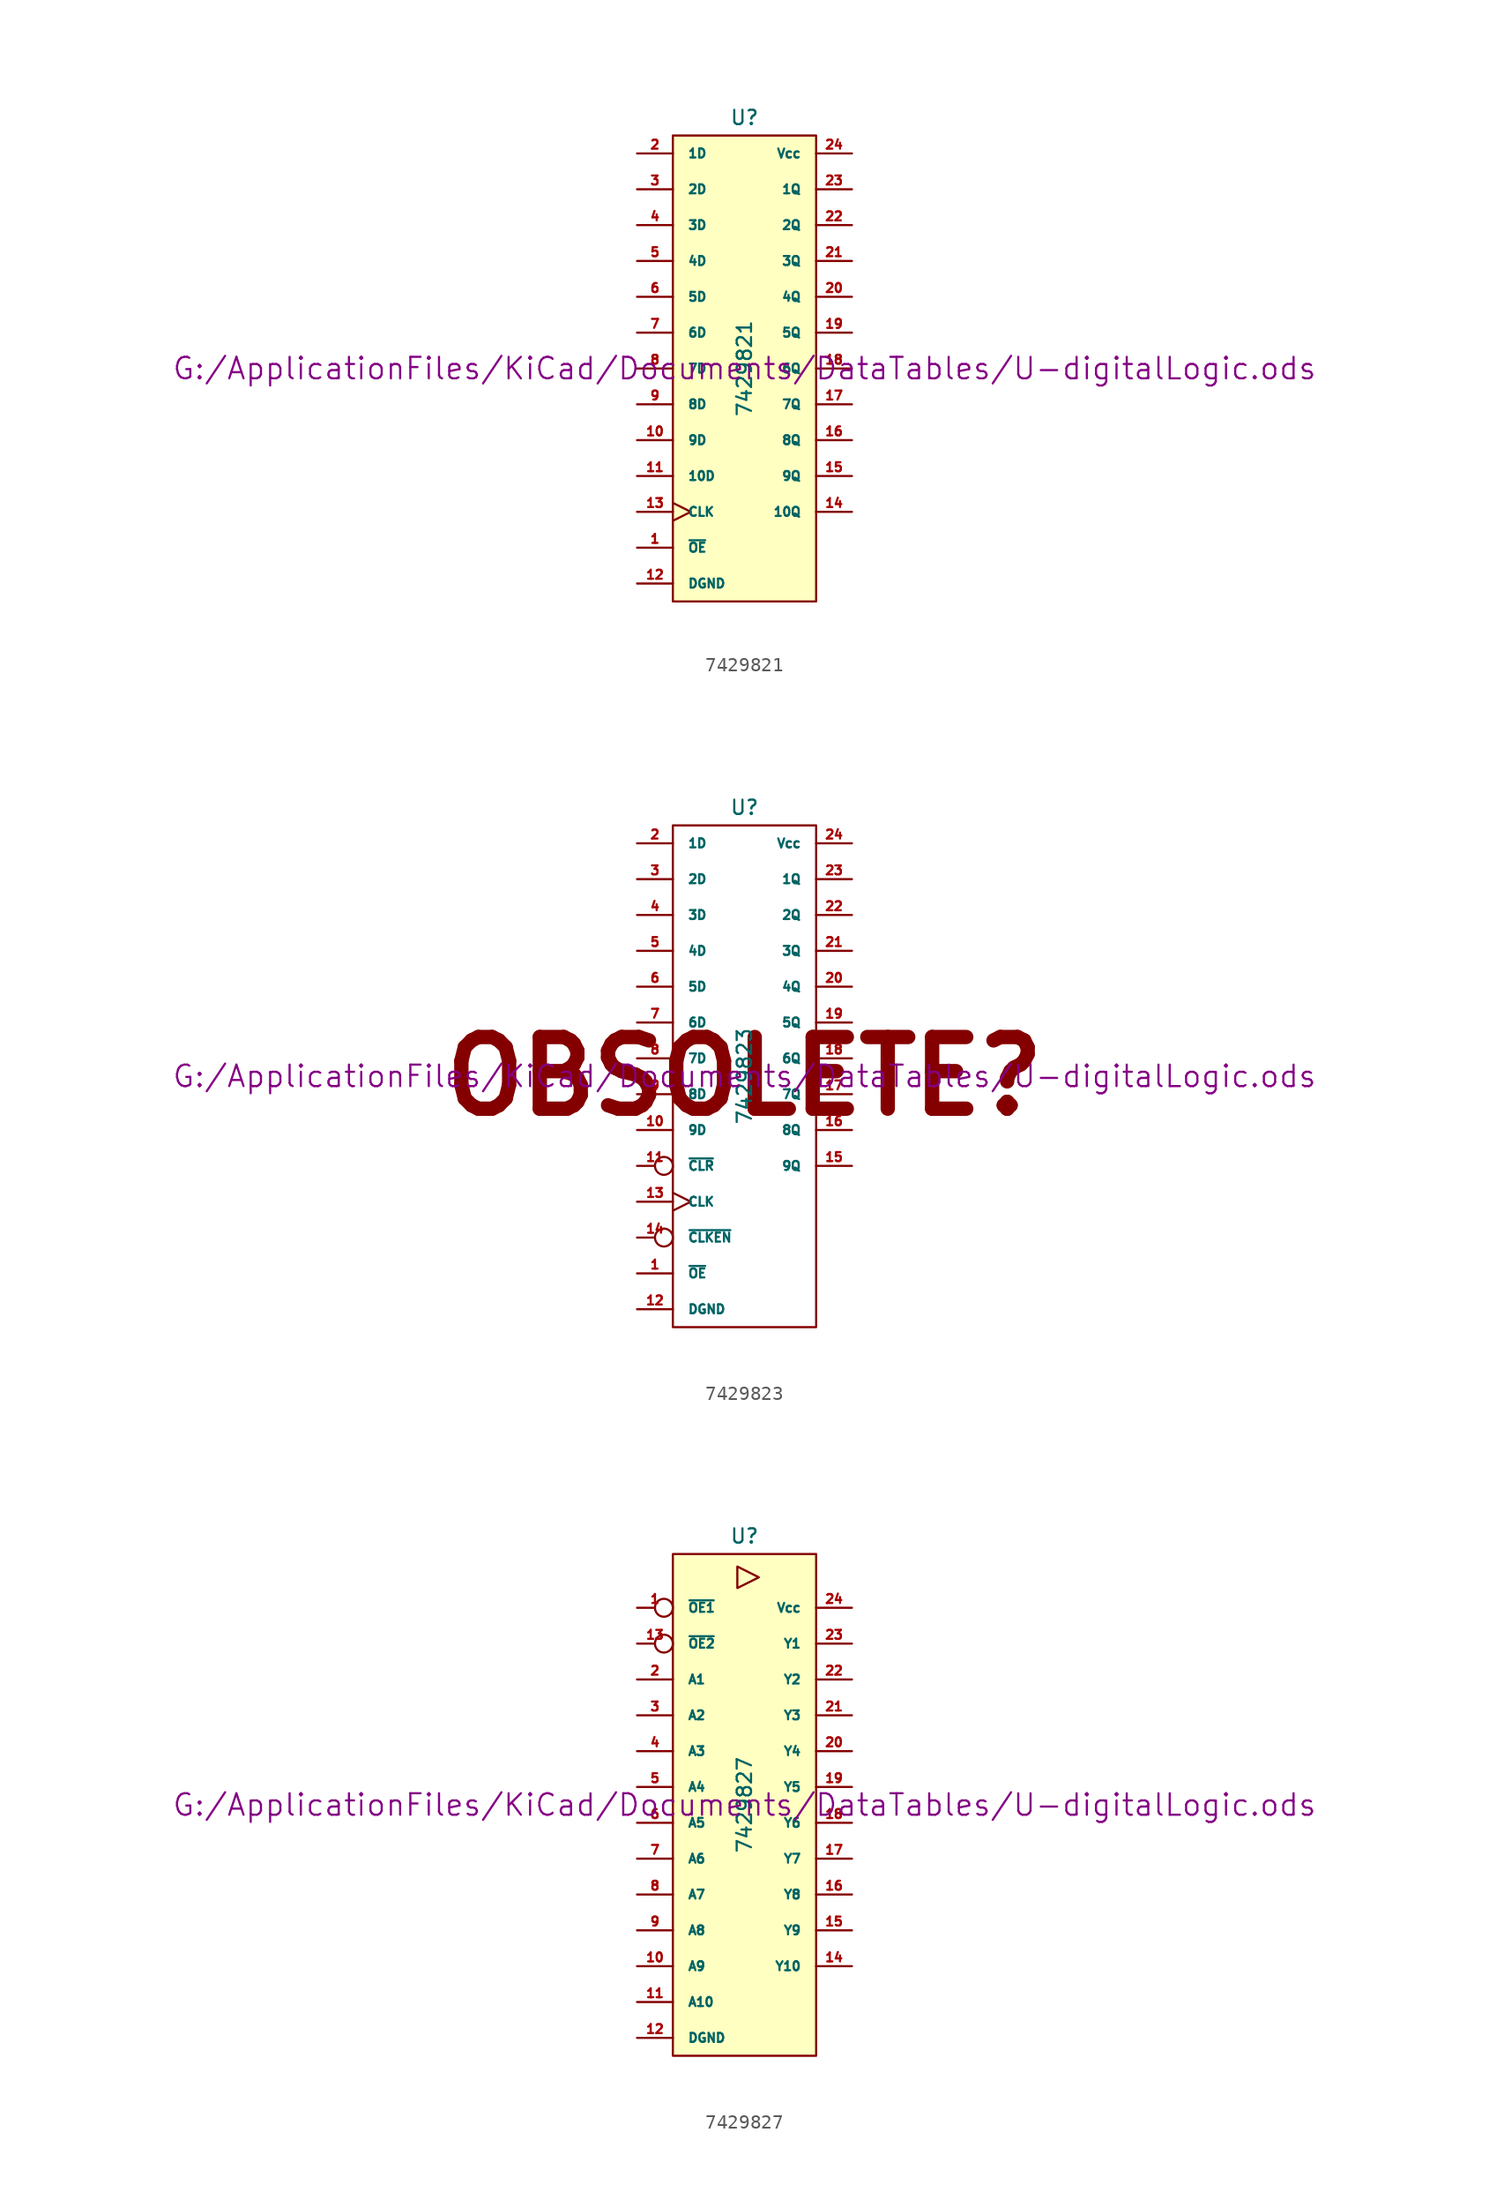
<source format=kicad_sym>
(kicad_symbol_lib
  (version 20211014)
  (generator kicad_symbol_editor)
  (symbol "7429821"
    (pin_names
      (offset 1.016))
    (property "Reference" "U"
      (at 0 17.78 0)
      (effects (font (size 1.016 1.016))))
    (property "Value" "7429821"
      (at 0 0 90)
      (effects (font (size 1.016 1.016))))
    (property "Footprint" ""
      (at 0 0 0)
      (effects (font (size 1.524 1.524))))
    (property "Datasheet" "G:/ApplicationFiles/KiCad/Documents/DataTables/U-digitalLogic.ods"
      (at 0 0 0)
      (effects (font (size 1.524 1.524))))
    (symbol "7429821_0_1"
      (rectangle (start -5.08 16.51) (end 5.08 -16.51) (stroke (width 0) (type default) (color 0 0 0 0)) (fill (type background))))
    (symbol "7429821_1_1"
      (pin input line (at -7.62 -12.7 0) (length 2.54) (name "~{OE}" (effects (font (size 0.635 0.635)))) (number "1" (effects (font (size 0.635 0.635)))))
      (pin input line (at -7.62 -5.08 0) (length 2.54) (name "9D" (effects (font (size 0.635 0.635)))) (number "10" (effects (font (size 0.635 0.635)))))
      (pin input line (at -7.62 -7.62 0) (length 2.54) (name "10D" (effects (font (size 0.635 0.635)))) (number "11" (effects (font (size 0.635 0.635)))))
      (pin power_in line (at -7.62 -15.24 0) (length 2.54) (name "DGND" (effects (font (size 0.635 0.635)))) (number "12" (effects (font (size 0.635 0.635)))))
      (pin input clock (at -7.62 -10.16 0) (length 2.54) (name "CLK" (effects (font (size 0.635 0.635)))) (number "13" (effects (font (size 0.635 0.635)))))
      (pin tri_state line (at 7.62 -10.16 180) (length 2.54) (name "10Q" (effects (font (size 0.635 0.635)))) (number "14" (effects (font (size 0.635 0.635)))))
      (pin tri_state line (at 7.62 -7.62 180) (length 2.54) (name "9Q" (effects (font (size 0.635 0.635)))) (number "15" (effects (font (size 0.635 0.635)))))
      (pin tri_state line (at 7.62 -5.08 180) (length 2.54) (name "8Q" (effects (font (size 0.635 0.635)))) (number "16" (effects (font (size 0.635 0.635)))))
      (pin tri_state line (at 7.62 -2.54 180) (length 2.54) (name "7Q" (effects (font (size 0.635 0.635)))) (number "17" (effects (font (size 0.635 0.635)))))
      (pin tri_state line (at 7.62 0 180) (length 2.54) (name "6Q" (effects (font (size 0.635 0.635)))) (number "18" (effects (font (size 0.635 0.635)))))
      (pin tri_state line (at 7.62 2.54 180) (length 2.54) (name "5Q" (effects (font (size 0.635 0.635)))) (number "19" (effects (font (size 0.635 0.635)))))
      (pin input line (at -7.62 15.24 0) (length 2.54) (name "1D" (effects (font (size 0.635 0.635)))) (number "2" (effects (font (size 0.635 0.635)))))
      (pin tri_state line (at 7.62 5.08 180) (length 2.54) (name "4Q" (effects (font (size 0.635 0.635)))) (number "20" (effects (font (size 0.635 0.635)))))
      (pin tri_state line (at 7.62 7.62 180) (length 2.54) (name "3Q" (effects (font (size 0.635 0.635)))) (number "21" (effects (font (size 0.635 0.635)))))
      (pin tri_state line (at 7.62 10.16 180) (length 2.54) (name "2Q" (effects (font (size 0.635 0.635)))) (number "22" (effects (font (size 0.635 0.635)))))
      (pin tri_state line (at 7.62 12.7 180) (length 2.54) (name "1Q" (effects (font (size 0.635 0.635)))) (number "23" (effects (font (size 0.635 0.635)))))
      (pin power_in line (at 7.62 15.24 180) (length 2.54) (name "Vcc" (effects (font (size 0.635 0.635)))) (number "24" (effects (font (size 0.635 0.635)))))
      (pin input line (at -7.62 12.7 0) (length 2.54) (name "2D" (effects (font (size 0.635 0.635)))) (number "3" (effects (font (size 0.635 0.635)))))
      (pin input line (at -7.62 10.16 0) (length 2.54) (name "3D" (effects (font (size 0.635 0.635)))) (number "4" (effects (font (size 0.635 0.635)))))
      (pin input line (at -7.62 7.62 0) (length 2.54) (name "4D" (effects (font (size 0.635 0.635)))) (number "5" (effects (font (size 0.635 0.635)))))
      (pin input line (at -7.62 5.08 0) (length 2.54) (name "5D" (effects (font (size 0.635 0.635)))) (number "6" (effects (font (size 0.635 0.635)))))
      (pin input line (at -7.62 2.54 0) (length 2.54) (name "6D" (effects (font (size 0.635 0.635)))) (number "7" (effects (font (size 0.635 0.635)))))
      (pin input line (at -7.62 0 0) (length 2.54) (name "7D" (effects (font (size 0.635 0.635)))) (number "8" (effects (font (size 0.635 0.635)))))
      (pin input line (at -7.62 -2.54 0) (length 2.54) (name "8D" (effects (font (size 0.635 0.635)))) (number "9" (effects (font (size 0.635 0.635)))))))
  (symbol "7429823"
    (pin_names
      (offset 1.016))
    (property "Reference" "U"
      (at 0 19.05 0)
      (effects (font (size 1.016 1.016))))
    (property "Value" "7429823"
      (at 0 0 90)
      (effects (font (size 1.016 1.016))))
    (property "Footprint" ""
      (at 0 0 0)
      (effects (font (size 1.524 1.524))))
    (property "Datasheet" "G:/ApplicationFiles/KiCad/Documents/DataTables/U-digitalLogic.ods"
      (at 0 0 0)
      (effects (font (size 1.524 1.524))))
    (symbol "7429823_0_0"
      (text "OBSOLETE?" (at 0 0 0) (effects (font (size 5.08 5.08) bold))))
    (symbol "7429823_0_1"
      (rectangle (start -5.08 17.78) (end 5.08 -17.78) (stroke (width 0) (type default) (color 0 0 0 0)) (fill (type none))))
    (symbol "7429823_1_1"
      (pin input line (at -7.62 -13.97 0) (length 2.54) (name "~{OE}" (effects (font (size 0.635 0.635)))) (number "1" (effects (font (size 0.635 0.635)))))
      (pin input line (at -7.62 -3.81 0) (length 2.54) (name "9D" (effects (font (size 0.635 0.635)))) (number "10" (effects (font (size 0.635 0.635)))))
      (pin input inverted (at -7.62 -6.35 0) (length 2.54) (name "~{CLR}" (effects (font (size 0.635 0.635)))) (number "11" (effects (font (size 0.635 0.635)))))
      (pin power_in line (at -7.62 -16.51 0) (length 2.54) (name "DGND" (effects (font (size 0.635 0.635)))) (number "12" (effects (font (size 0.635 0.635)))))
      (pin input clock (at -7.62 -8.89 0) (length 2.54) (name "CLK" (effects (font (size 0.635 0.635)))) (number "13" (effects (font (size 0.635 0.635)))))
      (pin input inverted (at -7.62 -11.43 0) (length 2.54) (name "~{CLKEN}" (effects (font (size 0.635 0.635)))) (number "14" (effects (font (size 0.635 0.635)))))
      (pin tri_state line (at 7.62 -6.35 180) (length 2.54) (name "9Q" (effects (font (size 0.635 0.635)))) (number "15" (effects (font (size 0.635 0.635)))))
      (pin tri_state line (at 7.62 -3.81 180) (length 2.54) (name "8Q" (effects (font (size 0.635 0.635)))) (number "16" (effects (font (size 0.635 0.635)))))
      (pin tri_state line (at 7.62 -1.27 180) (length 2.54) (name "7Q" (effects (font (size 0.635 0.635)))) (number "17" (effects (font (size 0.635 0.635)))))
      (pin tri_state line (at 7.62 1.27 180) (length 2.54) (name "6Q" (effects (font (size 0.635 0.635)))) (number "18" (effects (font (size 0.635 0.635)))))
      (pin tri_state line (at 7.62 3.81 180) (length 2.54) (name "5Q" (effects (font (size 0.635 0.635)))) (number "19" (effects (font (size 0.635 0.635)))))
      (pin input line (at -7.62 16.51 0) (length 2.54) (name "1D" (effects (font (size 0.635 0.635)))) (number "2" (effects (font (size 0.635 0.635)))))
      (pin tri_state line (at 7.62 6.35 180) (length 2.54) (name "4Q" (effects (font (size 0.635 0.635)))) (number "20" (effects (font (size 0.635 0.635)))))
      (pin tri_state line (at 7.62 8.89 180) (length 2.54) (name "3Q" (effects (font (size 0.635 0.635)))) (number "21" (effects (font (size 0.635 0.635)))))
      (pin tri_state line (at 7.62 11.43 180) (length 2.54) (name "2Q" (effects (font (size 0.635 0.635)))) (number "22" (effects (font (size 0.635 0.635)))))
      (pin tri_state line (at 7.62 13.97 180) (length 2.54) (name "1Q" (effects (font (size 0.635 0.635)))) (number "23" (effects (font (size 0.635 0.635)))))
      (pin power_in line (at 7.62 16.51 180) (length 2.54) (name "Vcc" (effects (font (size 0.635 0.635)))) (number "24" (effects (font (size 0.635 0.635)))))
      (pin input line (at -7.62 13.97 0) (length 2.54) (name "2D" (effects (font (size 0.635 0.635)))) (number "3" (effects (font (size 0.635 0.635)))))
      (pin input line (at -7.62 11.43 0) (length 2.54) (name "3D" (effects (font (size 0.635 0.635)))) (number "4" (effects (font (size 0.635 0.635)))))
      (pin input line (at -7.62 8.89 0) (length 2.54) (name "4D" (effects (font (size 0.635 0.635)))) (number "5" (effects (font (size 0.635 0.635)))))
      (pin input line (at -7.62 6.35 0) (length 2.54) (name "5D" (effects (font (size 0.635 0.635)))) (number "6" (effects (font (size 0.635 0.635)))))
      (pin input line (at -7.62 3.81 0) (length 2.54) (name "6D" (effects (font (size 0.635 0.635)))) (number "7" (effects (font (size 0.635 0.635)))))
      (pin input line (at -7.62 1.27 0) (length 2.54) (name "7D" (effects (font (size 0.635 0.635)))) (number "8" (effects (font (size 0.635 0.635)))))
      (pin input line (at -7.62 -1.27 0) (length 2.54) (name "8D" (effects (font (size 0.635 0.635)))) (number "9" (effects (font (size 0.635 0.635)))))))
  (symbol "7429827"
    (pin_names
      (offset 1.016))
    (property "Reference" "U"
      (at 0 19.05 0)
      (effects (font (size 1.016 1.016))))
    (property "Value" "7429827"
      (at 0 0 90)
      (effects (font (size 1.016 1.016))))
    (property "Footprint" ""
      (at 0 0 0)
      (effects (font (size 1.524 1.524))))
    (property "Datasheet" "G:/ApplicationFiles/KiCad/Documents/DataTables/U-digitalLogic.ods"
      (at 0 0 0)
      (effects (font (size 1.524 1.524))))
    (symbol "7429827_0_0"
      (polyline (pts (xy -0.508 16.891) (xy -0.508 15.367) (xy 1.016 16.129) (xy -0.508 16.891)) (stroke (width 0) (type default) (color 0 0 0 0)) (fill (type none))))
    (symbol "7429827_0_1"
      (rectangle (start -5.08 17.78) (end 5.08 -17.78) (stroke (width 0) (type default) (color 0 0 0 0)) (fill (type background))))
    (symbol "7429827_1_1"
      (pin input inverted (at -7.62 13.97 0) (length 2.54) (name "~{OE1}" (effects (font (size 0.635 0.635)))) (number "1" (effects (font (size 0.635 0.635)))))
      (pin tri_state line (at -7.62 -11.43 0) (length 2.54) (name "A9" (effects (font (size 0.635 0.635)))) (number "10" (effects (font (size 0.635 0.635)))))
      (pin tri_state line (at -7.62 -13.97 0) (length 2.54) (name "A10" (effects (font (size 0.635 0.635)))) (number "11" (effects (font (size 0.635 0.635)))))
      (pin power_in line (at -7.62 -16.51 0) (length 2.54) (name "DGND" (effects (font (size 0.635 0.635)))) (number "12" (effects (font (size 0.635 0.635)))))
      (pin input inverted (at -7.62 11.43 0) (length 2.54) (name "~{OE2}" (effects (font (size 0.635 0.635)))) (number "13" (effects (font (size 0.635 0.635)))))
      (pin tri_state line (at 7.62 -11.43 180) (length 2.54) (name "Y10" (effects (font (size 0.635 0.635)))) (number "14" (effects (font (size 0.635 0.635)))))
      (pin tri_state line (at 7.62 -8.89 180) (length 2.54) (name "Y9" (effects (font (size 0.635 0.635)))) (number "15" (effects (font (size 0.635 0.635)))))
      (pin tri_state line (at 7.62 -6.35 180) (length 2.54) (name "Y8" (effects (font (size 0.635 0.635)))) (number "16" (effects (font (size 0.635 0.635)))))
      (pin tri_state line (at 7.62 -3.81 180) (length 2.54) (name "Y7" (effects (font (size 0.635 0.635)))) (number "17" (effects (font (size 0.635 0.635)))))
      (pin tri_state line (at 7.62 -1.27 180) (length 2.54) (name "Y6" (effects (font (size 0.635 0.635)))) (number "18" (effects (font (size 0.635 0.635)))))
      (pin tri_state line (at 7.62 1.27 180) (length 2.54) (name "Y5" (effects (font (size 0.635 0.635)))) (number "19" (effects (font (size 0.635 0.635)))))
      (pin tri_state line (at -7.62 8.89 0) (length 2.54) (name "A1" (effects (font (size 0.635 0.635)))) (number "2" (effects (font (size 0.635 0.635)))))
      (pin tri_state line (at 7.62 3.81 180) (length 2.54) (name "Y4" (effects (font (size 0.635 0.635)))) (number "20" (effects (font (size 0.635 0.635)))))
      (pin tri_state line (at 7.62 6.35 180) (length 2.54) (name "Y3" (effects (font (size 0.635 0.635)))) (number "21" (effects (font (size 0.635 0.635)))))
      (pin tri_state line (at 7.62 8.89 180) (length 2.54) (name "Y2" (effects (font (size 0.635 0.635)))) (number "22" (effects (font (size 0.635 0.635)))))
      (pin tri_state line (at 7.62 11.43 180) (length 2.54) (name "Y1" (effects (font (size 0.635 0.635)))) (number "23" (effects (font (size 0.635 0.635)))))
      (pin power_in line (at 7.62 13.97 180) (length 2.54) (name "Vcc" (effects (font (size 0.635 0.635)))) (number "24" (effects (font (size 0.635 0.635)))))
      (pin tri_state line (at -7.62 6.35 0) (length 2.54) (name "A2" (effects (font (size 0.635 0.635)))) (number "3" (effects (font (size 0.635 0.635)))))
      (pin tri_state line (at -7.62 3.81 0) (length 2.54) (name "A3" (effects (font (size 0.635 0.635)))) (number "4" (effects (font (size 0.635 0.635)))))
      (pin tri_state line (at -7.62 1.27 0) (length 2.54) (name "A4" (effects (font (size 0.635 0.635)))) (number "5" (effects (font (size 0.635 0.635)))))
      (pin tri_state line (at -7.62 -1.27 0) (length 2.54) (name "A5" (effects (font (size 0.635 0.635)))) (number "6" (effects (font (size 0.635 0.635)))))
      (pin tri_state line (at -7.62 -3.81 0) (length 2.54) (name "A6" (effects (font (size 0.635 0.635)))) (number "7" (effects (font (size 0.635 0.635)))))
      (pin tri_state line (at -7.62 -6.35 0) (length 2.54) (name "A7" (effects (font (size 0.635 0.635)))) (number "8" (effects (font (size 0.635 0.635)))))
      (pin tri_state line (at -7.62 -8.89 0) (length 2.54) (name "A8" (effects (font (size 0.635 0.635)))) (number "9" (effects (font (size 0.635 0.635))))))))
</source>
